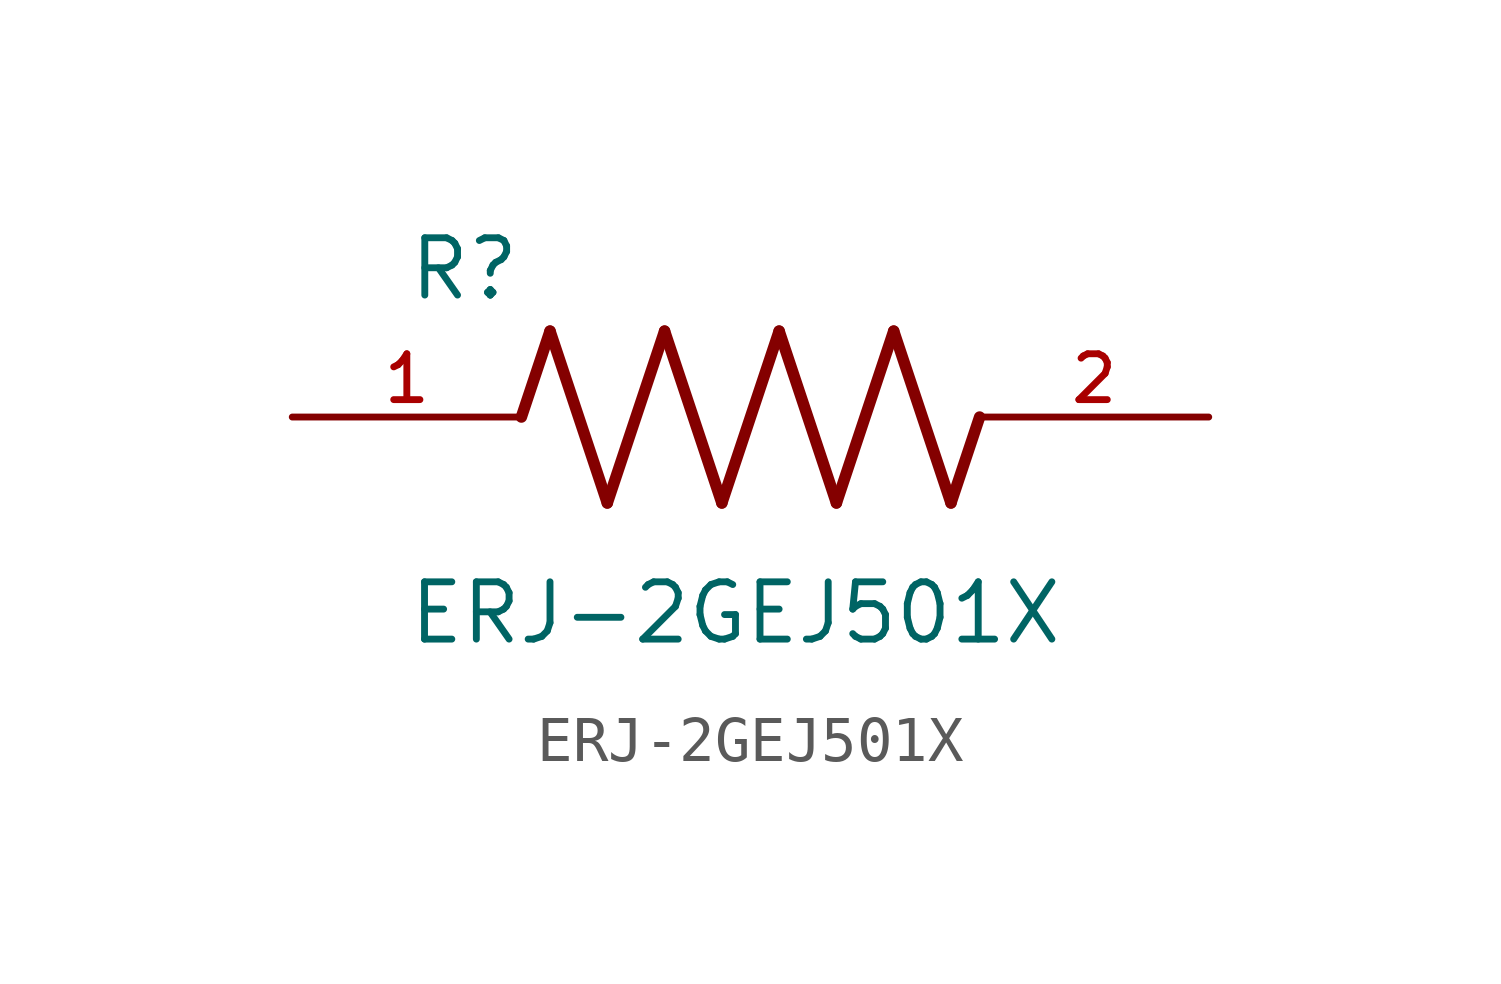
<source format=kicad_sym>
(kicad_symbol_lib
  (version 20211014)
  (generator kicad_symbol_editor)
  (symbol "ERJ-2GEJ501X"
    (pin_names
      (offset 1.016))
    (property "Reference" "R"
      (at -7.624 2.541 0)
      (effects (font (size 1.27 1.27)) (justify bottom left)))
    (property "Value" "ERJ-2GEJ501X"
      (at -7.63 -5.087 0)
      (effects (font (size 1.27 1.27)) (justify bottom left)))
    (symbol "ERJ-2GEJ501X_0_0"
      (polyline (pts (xy -5.08 0.0) (xy -4.445 1.905)) (stroke (width 0.254)))
      (polyline (pts (xy -4.445 1.905) (xy -3.175 -1.905)) (stroke (width 0.254)))
      (polyline (pts (xy -3.175 -1.905) (xy -1.905 1.905)) (stroke (width 0.254)))
      (polyline (pts (xy -1.905 1.905) (xy -0.635 -1.905)) (stroke (width 0.254)))
      (polyline (pts (xy -0.635 -1.905) (xy 0.635 1.905)) (stroke (width 0.254)))
      (polyline (pts (xy 0.635 1.905) (xy 1.905 -1.905)) (stroke (width 0.254)))
      (polyline (pts (xy 1.905 -1.905) (xy 3.175 1.905)) (stroke (width 0.254)))
      (polyline (pts (xy 3.175 1.905) (xy 4.445 -1.905)) (stroke (width 0.254)))
      (polyline (pts (xy 4.445 -1.905) (xy 5.08 0.0)) (stroke (width 0.254)))
      (pin passive line (at -10.16 0.0 0) (length 5.08) (name "~" (effects (font (size 1.016 1.016)))) (number "1" (effects (font (size 1.016 1.016)))))
      (pin passive line (at 10.16 0.0 180.0) (length 5.08) (name "~" (effects (font (size 1.016 1.016)))) (number "2" (effects (font (size 1.016 1.016))))))))
</source>
